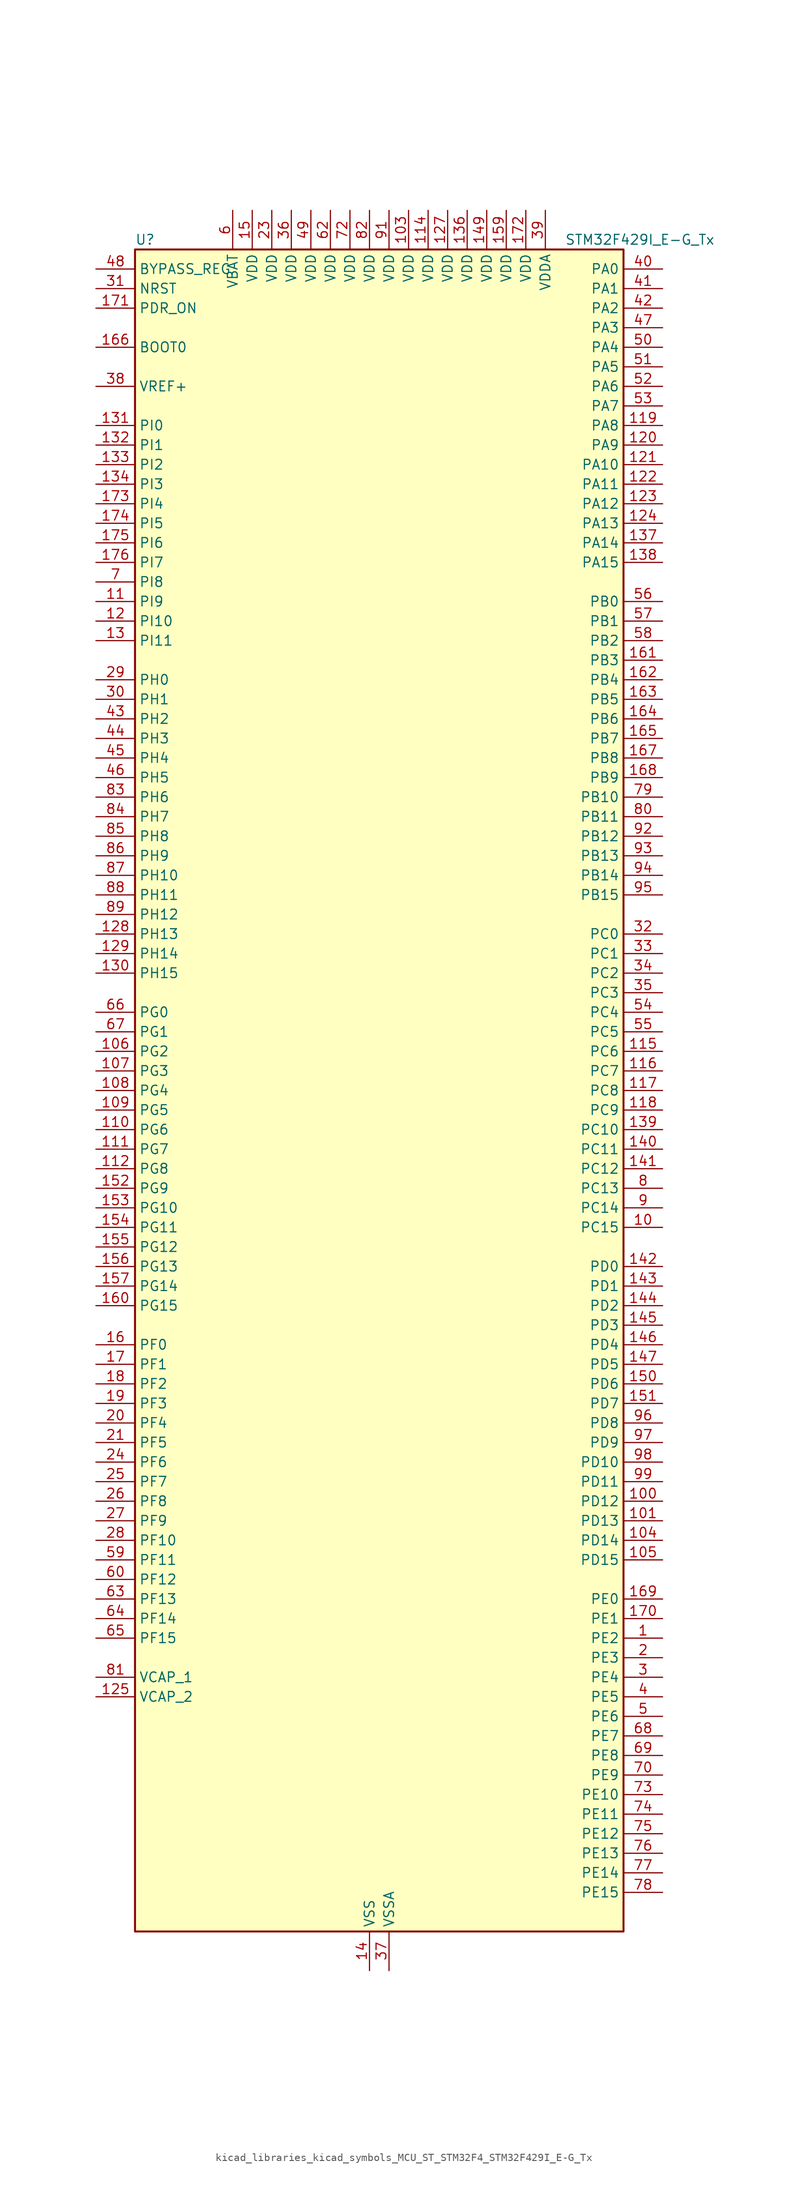
<source format=kicad_sym>
(kicad_symbol_lib
  (version 20220914)
  (generator kicad_symbol_editor)
  (symbol "kicad_libraries_kicad_symbols_MCU_ST_STM32F4_STM32F429I_E-G_Tx"
    (property "Reference" "U"
      (at -30.48 110.49 0)
      (effects (font (size 1.27 1.27)) (justify left)))
    (property "Value" "STM32F429I_E-G_Tx"
      (at 25.4 110.49 0)
      (effects (font (size 1.27 1.27)) (justify left)))
    (property "ki_locked" ""
      (at 0 0 0)
      (effects (font (size 1.27 1.27))))
    (symbol "kicad_libraries_kicad_symbols_MCU_ST_STM32F4_STM32F429I_E-G_Tx_0_1"
      (rectangle (start -30.48 -109.22) (end 33.02 109.22) (stroke (width 0.254) (type default)) (fill (type background))))
    (symbol "kicad_libraries_kicad_symbols_MCU_ST_STM32F4_STM32F429I_E-G_Tx_1_1"
      (pin bidirectional line (at 38.1 -71.12 180) (length 5.08) (name "PE2" (effects (font (size 1.27 1.27)))) (number "1" (effects (font (size 1.27 1.27)))) (alternate "ETH_TXD3" bidirectional line) (alternate "FMC_A23" bidirectional line) (alternate "SAI1_MCLK_A" bidirectional line) (alternate "SPI4_SCK" bidirectional line) (alternate "SYS_TRACECLK" bidirectional line))
      (pin bidirectional line (at 38.1 -17.78 180) (length 5.08) (name "PC15" (effects (font (size 1.27 1.27)))) (number "10" (effects (font (size 1.27 1.27)))) (alternate "ADC1_EXTI15" bidirectional line) (alternate "ADC2_EXTI15" bidirectional line) (alternate "ADC3_EXTI15" bidirectional line) (alternate "RCC_OSC32_OUT" bidirectional line))
      (pin bidirectional line (at 38.1 -53.34 180) (length 5.08) (name "PD12" (effects (font (size 1.27 1.27)))) (number "100" (effects (font (size 1.27 1.27)))) (alternate "FMC_A17" bidirectional line) (alternate "FMC_ALE" bidirectional line) (alternate "TIM4_CH1" bidirectional line) (alternate "USART3_RTS" bidirectional line))
      (pin bidirectional line (at 38.1 -55.88 180) (length 5.08) (name "PD13" (effects (font (size 1.27 1.27)))) (number "101" (effects (font (size 1.27 1.27)))) (alternate "FMC_A18" bidirectional line) (alternate "TIM4_CH2" bidirectional line))
      (pin passive line (at 0 -114.3 90) (length 5.08) hide (name "VSS" (effects (font (size 1.27 1.27)))) (number "102" (effects (font (size 1.27 1.27)))))
      (pin power_in line (at 5.08 114.3 270) (length 5.08) (name "VDD" (effects (font (size 1.27 1.27)))) (number "103" (effects (font (size 1.27 1.27)))))
      (pin bidirectional line (at 38.1 -58.42 180) (length 5.08) (name "PD14" (effects (font (size 1.27 1.27)))) (number "104" (effects (font (size 1.27 1.27)))) (alternate "FMC_D0" bidirectional line) (alternate "FMC_DA0" bidirectional line) (alternate "TIM4_CH3" bidirectional line))
      (pin bidirectional line (at 38.1 -60.96 180) (length 5.08) (name "PD15" (effects (font (size 1.27 1.27)))) (number "105" (effects (font (size 1.27 1.27)))) (alternate "ADC1_EXTI15" bidirectional line) (alternate "ADC2_EXTI15" bidirectional line) (alternate "ADC3_EXTI15" bidirectional line) (alternate "FMC_D1" bidirectional line) (alternate "FMC_DA1" bidirectional line) (alternate "TIM4_CH4" bidirectional line))
      (pin bidirectional line (at -35.56 5.08 0) (length 5.08) (name "PG2" (effects (font (size 1.27 1.27)))) (number "106" (effects (font (size 1.27 1.27)))) (alternate "FMC_A12" bidirectional line))
      (pin bidirectional line (at -35.56 2.54 0) (length 5.08) (name "PG3" (effects (font (size 1.27 1.27)))) (number "107" (effects (font (size 1.27 1.27)))) (alternate "FMC_A13" bidirectional line))
      (pin bidirectional line (at -35.56 0 0) (length 5.08) (name "PG4" (effects (font (size 1.27 1.27)))) (number "108" (effects (font (size 1.27 1.27)))) (alternate "FMC_A14" bidirectional line) (alternate "FMC_BA0" bidirectional line))
      (pin bidirectional line (at -35.56 -2.54 0) (length 5.08) (name "PG5" (effects (font (size 1.27 1.27)))) (number "109" (effects (font (size 1.27 1.27)))) (alternate "FMC_A15" bidirectional line) (alternate "FMC_BA1" bidirectional line))
      (pin bidirectional line (at -35.56 63.5 0) (length 5.08) (name "PI9" (effects (font (size 1.27 1.27)))) (number "11" (effects (font (size 1.27 1.27)))) (alternate "CAN1_RX" bidirectional line) (alternate "DAC_EXTI9" bidirectional line) (alternate "FMC_D30" bidirectional line) (alternate "LTDC_VSYNC" bidirectional line))
      (pin bidirectional line (at -35.56 -5.08 0) (length 5.08) (name "PG6" (effects (font (size 1.27 1.27)))) (number "110" (effects (font (size 1.27 1.27)))) (alternate "DCMI_D12" bidirectional line) (alternate "FMC_INT2" bidirectional line) (alternate "LTDC_R7" bidirectional line))
      (pin bidirectional line (at -35.56 -7.62 0) (length 5.08) (name "PG7" (effects (font (size 1.27 1.27)))) (number "111" (effects (font (size 1.27 1.27)))) (alternate "DCMI_D13" bidirectional line) (alternate "FMC_INT3" bidirectional line) (alternate "LTDC_CLK" bidirectional line) (alternate "USART6_CK" bidirectional line))
      (pin bidirectional line (at -35.56 -10.16 0) (length 5.08) (name "PG8" (effects (font (size 1.27 1.27)))) (number "112" (effects (font (size 1.27 1.27)))) (alternate "ETH_PPS_OUT" bidirectional line) (alternate "FMC_SDCLK" bidirectional line) (alternate "SPI6_NSS" bidirectional line) (alternate "USART6_RTS" bidirectional line))
      (pin passive line (at 0 -114.3 90) (length 5.08) hide (name "VSS" (effects (font (size 1.27 1.27)))) (number "113" (effects (font (size 1.27 1.27)))))
      (pin power_in line (at 7.62 114.3 270) (length 5.08) (name "VDD" (effects (font (size 1.27 1.27)))) (number "114" (effects (font (size 1.27 1.27)))))
      (pin bidirectional line (at 38.1 5.08 180) (length 5.08) (name "PC6" (effects (font (size 1.27 1.27)))) (number "115" (effects (font (size 1.27 1.27)))) (alternate "DCMI_D0" bidirectional line) (alternate "I2S2_MCK" bidirectional line) (alternate "LTDC_HSYNC" bidirectional line) (alternate "SDIO_D6" bidirectional line) (alternate "TIM3_CH1" bidirectional line) (alternate "TIM8_CH1" bidirectional line) (alternate "USART6_TX" bidirectional line))
      (pin bidirectional line (at 38.1 2.54 180) (length 5.08) (name "PC7" (effects (font (size 1.27 1.27)))) (number "116" (effects (font (size 1.27 1.27)))) (alternate "DCMI_D1" bidirectional line) (alternate "I2S3_MCK" bidirectional line) (alternate "LTDC_G6" bidirectional line) (alternate "SDIO_D7" bidirectional line) (alternate "TIM3_CH2" bidirectional line) (alternate "TIM8_CH2" bidirectional line) (alternate "USART6_RX" bidirectional line))
      (pin bidirectional line (at 38.1 0 180) (length 5.08) (name "PC8" (effects (font (size 1.27 1.27)))) (number "117" (effects (font (size 1.27 1.27)))) (alternate "DCMI_D2" bidirectional line) (alternate "SDIO_D0" bidirectional line) (alternate "TIM3_CH3" bidirectional line) (alternate "TIM8_CH3" bidirectional line) (alternate "USART6_CK" bidirectional line))
      (pin bidirectional line (at 38.1 -2.54 180) (length 5.08) (name "PC9" (effects (font (size 1.27 1.27)))) (number "118" (effects (font (size 1.27 1.27)))) (alternate "DAC_EXTI9" bidirectional line) (alternate "DCMI_D3" bidirectional line) (alternate "I2C3_SDA" bidirectional line) (alternate "I2S_CKIN" bidirectional line) (alternate "RCC_MCO_2" bidirectional line) (alternate "SDIO_D1" bidirectional line) (alternate "TIM3_CH4" bidirectional line) (alternate "TIM8_CH4" bidirectional line))
      (pin bidirectional line (at 38.1 86.36 180) (length 5.08) (name "PA8" (effects (font (size 1.27 1.27)))) (number "119" (effects (font (size 1.27 1.27)))) (alternate "I2C3_SCL" bidirectional line) (alternate "LTDC_R6" bidirectional line) (alternate "RCC_MCO_1" bidirectional line) (alternate "TIM1_CH1" bidirectional line) (alternate "USART1_CK" bidirectional line) (alternate "USB_OTG_FS_SOF" bidirectional line))
      (pin bidirectional line (at -35.56 60.96 0) (length 5.08) (name "PI10" (effects (font (size 1.27 1.27)))) (number "12" (effects (font (size 1.27 1.27)))) (alternate "ETH_RX_ER" bidirectional line) (alternate "FMC_D31" bidirectional line) (alternate "LTDC_HSYNC" bidirectional line))
      (pin bidirectional line (at 38.1 83.82 180) (length 5.08) (name "PA9" (effects (font (size 1.27 1.27)))) (number "120" (effects (font (size 1.27 1.27)))) (alternate "DAC_EXTI9" bidirectional line) (alternate "DCMI_D0" bidirectional line) (alternate "I2C3_SMBA" bidirectional line) (alternate "TIM1_CH2" bidirectional line) (alternate "USART1_TX" bidirectional line) (alternate "USB_OTG_FS_VBUS" bidirectional line))
      (pin bidirectional line (at 38.1 81.28 180) (length 5.08) (name "PA10" (effects (font (size 1.27 1.27)))) (number "121" (effects (font (size 1.27 1.27)))) (alternate "DCMI_D1" bidirectional line) (alternate "TIM1_CH3" bidirectional line) (alternate "USART1_RX" bidirectional line) (alternate "USB_OTG_FS_ID" bidirectional line))
      (pin bidirectional line (at 38.1 78.74 180) (length 5.08) (name "PA11" (effects (font (size 1.27 1.27)))) (number "122" (effects (font (size 1.27 1.27)))) (alternate "ADC1_EXTI11" bidirectional line) (alternate "ADC2_EXTI11" bidirectional line) (alternate "ADC3_EXTI11" bidirectional line) (alternate "CAN1_RX" bidirectional line) (alternate "LTDC_R4" bidirectional line) (alternate "TIM1_CH4" bidirectional line) (alternate "USART1_CTS" bidirectional line) (alternate "USB_OTG_FS_DM" bidirectional line))
      (pin bidirectional line (at 38.1 76.2 180) (length 5.08) (name "PA12" (effects (font (size 1.27 1.27)))) (number "123" (effects (font (size 1.27 1.27)))) (alternate "CAN1_TX" bidirectional line) (alternate "LTDC_R5" bidirectional line) (alternate "TIM1_ETR" bidirectional line) (alternate "USART1_RTS" bidirectional line) (alternate "USB_OTG_FS_DP" bidirectional line))
      (pin bidirectional line (at 38.1 73.66 180) (length 5.08) (name "PA13" (effects (font (size 1.27 1.27)))) (number "124" (effects (font (size 1.27 1.27)))) (alternate "SYS_JTMS-SWDIO" bidirectional line))
      (pin power_out line (at -35.56 -78.74 0) (length 5.08) (name "VCAP_2" (effects (font (size 1.27 1.27)))) (number "125" (effects (font (size 1.27 1.27)))))
      (pin passive line (at 0 -114.3 90) (length 5.08) hide (name "VSS" (effects (font (size 1.27 1.27)))) (number "126" (effects (font (size 1.27 1.27)))))
      (pin power_in line (at 10.16 114.3 270) (length 5.08) (name "VDD" (effects (font (size 1.27 1.27)))) (number "127" (effects (font (size 1.27 1.27)))))
      (pin bidirectional line (at -35.56 20.32 0) (length 5.08) (name "PH13" (effects (font (size 1.27 1.27)))) (number "128" (effects (font (size 1.27 1.27)))) (alternate "CAN1_TX" bidirectional line) (alternate "FMC_D21" bidirectional line) (alternate "LTDC_G2" bidirectional line) (alternate "TIM8_CH1N" bidirectional line))
      (pin bidirectional line (at -35.56 17.78 0) (length 5.08) (name "PH14" (effects (font (size 1.27 1.27)))) (number "129" (effects (font (size 1.27 1.27)))) (alternate "DCMI_D4" bidirectional line) (alternate "FMC_D22" bidirectional line) (alternate "LTDC_G3" bidirectional line) (alternate "TIM8_CH2N" bidirectional line))
      (pin bidirectional line (at -35.56 58.42 0) (length 5.08) (name "PI11" (effects (font (size 1.27 1.27)))) (number "13" (effects (font (size 1.27 1.27)))) (alternate "ADC1_EXTI11" bidirectional line) (alternate "ADC2_EXTI11" bidirectional line) (alternate "ADC3_EXTI11" bidirectional line) (alternate "USB_OTG_HS_ULPI_DIR" bidirectional line))
      (pin bidirectional line (at -35.56 15.24 0) (length 5.08) (name "PH15" (effects (font (size 1.27 1.27)))) (number "130" (effects (font (size 1.27 1.27)))) (alternate "ADC1_EXTI15" bidirectional line) (alternate "ADC2_EXTI15" bidirectional line) (alternate "ADC3_EXTI15" bidirectional line) (alternate "DCMI_D11" bidirectional line) (alternate "FMC_D23" bidirectional line) (alternate "LTDC_G4" bidirectional line) (alternate "TIM8_CH3N" bidirectional line))
      (pin bidirectional line (at -35.56 86.36 0) (length 5.08) (name "PI0" (effects (font (size 1.27 1.27)))) (number "131" (effects (font (size 1.27 1.27)))) (alternate "DCMI_D13" bidirectional line) (alternate "FMC_D24" bidirectional line) (alternate "I2S2_WS" bidirectional line) (alternate "LTDC_G5" bidirectional line) (alternate "SPI2_NSS" bidirectional line) (alternate "TIM5_CH4" bidirectional line))
      (pin bidirectional line (at -35.56 83.82 0) (length 5.08) (name "PI1" (effects (font (size 1.27 1.27)))) (number "132" (effects (font (size 1.27 1.27)))) (alternate "DCMI_D8" bidirectional line) (alternate "FMC_D25" bidirectional line) (alternate "I2S2_CK" bidirectional line) (alternate "LTDC_G6" bidirectional line) (alternate "SPI2_SCK" bidirectional line))
      (pin bidirectional line (at -35.56 81.28 0) (length 5.08) (name "PI2" (effects (font (size 1.27 1.27)))) (number "133" (effects (font (size 1.27 1.27)))) (alternate "DCMI_D9" bidirectional line) (alternate "FMC_D26" bidirectional line) (alternate "I2S2_ext_SD" bidirectional line) (alternate "LTDC_G7" bidirectional line) (alternate "SPI2_MISO" bidirectional line) (alternate "TIM8_CH4" bidirectional line))
      (pin bidirectional line (at -35.56 78.74 0) (length 5.08) (name "PI3" (effects (font (size 1.27 1.27)))) (number "134" (effects (font (size 1.27 1.27)))) (alternate "DCMI_D10" bidirectional line) (alternate "FMC_D27" bidirectional line) (alternate "I2S2_SD" bidirectional line) (alternate "SPI2_MOSI" bidirectional line) (alternate "TIM8_ETR" bidirectional line))
      (pin passive line (at 0 -114.3 90) (length 5.08) hide (name "VSS" (effects (font (size 1.27 1.27)))) (number "135" (effects (font (size 1.27 1.27)))))
      (pin power_in line (at 12.7 114.3 270) (length 5.08) (name "VDD" (effects (font (size 1.27 1.27)))) (number "136" (effects (font (size 1.27 1.27)))))
      (pin bidirectional line (at 38.1 71.12 180) (length 5.08) (name "PA14" (effects (font (size 1.27 1.27)))) (number "137" (effects (font (size 1.27 1.27)))) (alternate "SYS_JTCK-SWCLK" bidirectional line))
      (pin bidirectional line (at 38.1 68.58 180) (length 5.08) (name "PA15" (effects (font (size 1.27 1.27)))) (number "138" (effects (font (size 1.27 1.27)))) (alternate "ADC1_EXTI15" bidirectional line) (alternate "ADC2_EXTI15" bidirectional line) (alternate "ADC3_EXTI15" bidirectional line) (alternate "I2S3_WS" bidirectional line) (alternate "SPI1_NSS" bidirectional line) (alternate "SPI3_NSS" bidirectional line) (alternate "SYS_JTDI" bidirectional line) (alternate "TIM2_CH1" bidirectional line) (alternate "TIM2_ETR" bidirectional line))
      (pin bidirectional line (at 38.1 -5.08 180) (length 5.08) (name "PC10" (effects (font (size 1.27 1.27)))) (number "139" (effects (font (size 1.27 1.27)))) (alternate "DCMI_D8" bidirectional line) (alternate "I2S3_CK" bidirectional line) (alternate "LTDC_R2" bidirectional line) (alternate "SDIO_D2" bidirectional line) (alternate "SPI3_SCK" bidirectional line) (alternate "UART4_TX" bidirectional line) (alternate "USART3_TX" bidirectional line))
      (pin power_in line (at 0 -114.3 90) (length 5.08) (name "VSS" (effects (font (size 1.27 1.27)))) (number "14" (effects (font (size 1.27 1.27)))))
      (pin bidirectional line (at 38.1 -7.62 180) (length 5.08) (name "PC11" (effects (font (size 1.27 1.27)))) (number "140" (effects (font (size 1.27 1.27)))) (alternate "ADC1_EXTI11" bidirectional line) (alternate "ADC2_EXTI11" bidirectional line) (alternate "ADC3_EXTI11" bidirectional line) (alternate "DCMI_D4" bidirectional line) (alternate "I2S3_ext_SD" bidirectional line) (alternate "SDIO_D3" bidirectional line) (alternate "SPI3_MISO" bidirectional line) (alternate "UART4_RX" bidirectional line) (alternate "USART3_RX" bidirectional line))
      (pin bidirectional line (at 38.1 -10.16 180) (length 5.08) (name "PC12" (effects (font (size 1.27 1.27)))) (number "141" (effects (font (size 1.27 1.27)))) (alternate "DCMI_D9" bidirectional line) (alternate "I2S3_SD" bidirectional line) (alternate "SDIO_CK" bidirectional line) (alternate "SPI3_MOSI" bidirectional line) (alternate "UART5_TX" bidirectional line) (alternate "USART3_CK" bidirectional line))
      (pin bidirectional line (at 38.1 -22.86 180) (length 5.08) (name "PD0" (effects (font (size 1.27 1.27)))) (number "142" (effects (font (size 1.27 1.27)))) (alternate "CAN1_RX" bidirectional line) (alternate "FMC_D2" bidirectional line) (alternate "FMC_DA2" bidirectional line))
      (pin bidirectional line (at 38.1 -25.4 180) (length 5.08) (name "PD1" (effects (font (size 1.27 1.27)))) (number "143" (effects (font (size 1.27 1.27)))) (alternate "CAN1_TX" bidirectional line) (alternate "FMC_D3" bidirectional line) (alternate "FMC_DA3" bidirectional line))
      (pin bidirectional line (at 38.1 -27.94 180) (length 5.08) (name "PD2" (effects (font (size 1.27 1.27)))) (number "144" (effects (font (size 1.27 1.27)))) (alternate "DCMI_D11" bidirectional line) (alternate "SDIO_CMD" bidirectional line) (alternate "TIM3_ETR" bidirectional line) (alternate "UART5_RX" bidirectional line))
      (pin bidirectional line (at 38.1 -30.48 180) (length 5.08) (name "PD3" (effects (font (size 1.27 1.27)))) (number "145" (effects (font (size 1.27 1.27)))) (alternate "DCMI_D5" bidirectional line) (alternate "FMC_CLK" bidirectional line) (alternate "I2S2_CK" bidirectional line) (alternate "LTDC_G7" bidirectional line) (alternate "SPI2_SCK" bidirectional line) (alternate "USART2_CTS" bidirectional line))
      (pin bidirectional line (at 38.1 -33.02 180) (length 5.08) (name "PD4" (effects (font (size 1.27 1.27)))) (number "146" (effects (font (size 1.27 1.27)))) (alternate "FMC_NOE" bidirectional line) (alternate "USART2_RTS" bidirectional line))
      (pin bidirectional line (at 38.1 -35.56 180) (length 5.08) (name "PD5" (effects (font (size 1.27 1.27)))) (number "147" (effects (font (size 1.27 1.27)))) (alternate "FMC_NWE" bidirectional line) (alternate "USART2_TX" bidirectional line))
      (pin passive line (at 0 -114.3 90) (length 5.08) hide (name "VSS" (effects (font (size 1.27 1.27)))) (number "148" (effects (font (size 1.27 1.27)))))
      (pin power_in line (at 15.24 114.3 270) (length 5.08) (name "VDD" (effects (font (size 1.27 1.27)))) (number "149" (effects (font (size 1.27 1.27)))))
      (pin power_in line (at -15.24 114.3 270) (length 5.08) (name "VDD" (effects (font (size 1.27 1.27)))) (number "15" (effects (font (size 1.27 1.27)))))
      (pin bidirectional line (at 38.1 -38.1 180) (length 5.08) (name "PD6" (effects (font (size 1.27 1.27)))) (number "150" (effects (font (size 1.27 1.27)))) (alternate "DCMI_D10" bidirectional line) (alternate "FMC_NWAIT" bidirectional line) (alternate "I2S3_SD" bidirectional line) (alternate "LTDC_B2" bidirectional line) (alternate "SAI1_SD_A" bidirectional line) (alternate "SPI3_MOSI" bidirectional line) (alternate "USART2_RX" bidirectional line))
      (pin bidirectional line (at 38.1 -40.64 180) (length 5.08) (name "PD7" (effects (font (size 1.27 1.27)))) (number "151" (effects (font (size 1.27 1.27)))) (alternate "FMC_NCE2" bidirectional line) (alternate "FMC_NE1" bidirectional line) (alternate "USART2_CK" bidirectional line))
      (pin bidirectional line (at -35.56 -12.7 0) (length 5.08) (name "PG9" (effects (font (size 1.27 1.27)))) (number "152" (effects (font (size 1.27 1.27)))) (alternate "DAC_EXTI9" bidirectional line) (alternate "DCMI_VSYNC" bidirectional line) (alternate "FMC_NCE3" bidirectional line) (alternate "FMC_NE2" bidirectional line) (alternate "USART6_RX" bidirectional line))
      (pin bidirectional line (at -35.56 -15.24 0) (length 5.08) (name "PG10" (effects (font (size 1.27 1.27)))) (number "153" (effects (font (size 1.27 1.27)))) (alternate "DCMI_D2" bidirectional line) (alternate "FMC_NCE4_1" bidirectional line) (alternate "FMC_NE3" bidirectional line) (alternate "LTDC_B2" bidirectional line) (alternate "LTDC_G3" bidirectional line))
      (pin bidirectional line (at -35.56 -17.78 0) (length 5.08) (name "PG11" (effects (font (size 1.27 1.27)))) (number "154" (effects (font (size 1.27 1.27)))) (alternate "ADC1_EXTI11" bidirectional line) (alternate "ADC2_EXTI11" bidirectional line) (alternate "ADC3_EXTI11" bidirectional line) (alternate "DCMI_D3" bidirectional line) (alternate "ETH_TX_EN" bidirectional line) (alternate "FMC_NCE4_2" bidirectional line) (alternate "LTDC_B3" bidirectional line))
      (pin bidirectional line (at -35.56 -20.32 0) (length 5.08) (name "PG12" (effects (font (size 1.27 1.27)))) (number "155" (effects (font (size 1.27 1.27)))) (alternate "FMC_NE4" bidirectional line) (alternate "LTDC_B1" bidirectional line) (alternate "LTDC_B4" bidirectional line) (alternate "SPI6_MISO" bidirectional line) (alternate "USART6_RTS" bidirectional line))
      (pin bidirectional line (at -35.56 -22.86 0) (length 5.08) (name "PG13" (effects (font (size 1.27 1.27)))) (number "156" (effects (font (size 1.27 1.27)))) (alternate "ETH_TXD0" bidirectional line) (alternate "FMC_A24" bidirectional line) (alternate "SPI6_SCK" bidirectional line) (alternate "USART6_CTS" bidirectional line))
      (pin bidirectional line (at -35.56 -25.4 0) (length 5.08) (name "PG14" (effects (font (size 1.27 1.27)))) (number "157" (effects (font (size 1.27 1.27)))) (alternate "ETH_TXD1" bidirectional line) (alternate "FMC_A25" bidirectional line) (alternate "SPI6_MOSI" bidirectional line) (alternate "USART6_TX" bidirectional line))
      (pin passive line (at 0 -114.3 90) (length 5.08) hide (name "VSS" (effects (font (size 1.27 1.27)))) (number "158" (effects (font (size 1.27 1.27)))))
      (pin power_in line (at 17.78 114.3 270) (length 5.08) (name "VDD" (effects (font (size 1.27 1.27)))) (number "159" (effects (font (size 1.27 1.27)))))
      (pin bidirectional line (at -35.56 -33.02 0) (length 5.08) (name "PF0" (effects (font (size 1.27 1.27)))) (number "16" (effects (font (size 1.27 1.27)))) (alternate "FMC_A0" bidirectional line) (alternate "I2C2_SDA" bidirectional line))
      (pin bidirectional line (at -35.56 -27.94 0) (length 5.08) (name "PG15" (effects (font (size 1.27 1.27)))) (number "160" (effects (font (size 1.27 1.27)))) (alternate "ADC1_EXTI15" bidirectional line) (alternate "ADC2_EXTI15" bidirectional line) (alternate "ADC3_EXTI15" bidirectional line) (alternate "DCMI_D13" bidirectional line) (alternate "FMC_SDNCAS" bidirectional line) (alternate "USART6_CTS" bidirectional line))
      (pin bidirectional line (at 38.1 55.88 180) (length 5.08) (name "PB3" (effects (font (size 1.27 1.27)))) (number "161" (effects (font (size 1.27 1.27)))) (alternate "I2S3_CK" bidirectional line) (alternate "SPI1_SCK" bidirectional line) (alternate "SPI3_SCK" bidirectional line) (alternate "SYS_JTDO-SWO" bidirectional line) (alternate "TIM2_CH2" bidirectional line))
      (pin bidirectional line (at 38.1 53.34 180) (length 5.08) (name "PB4" (effects (font (size 1.27 1.27)))) (number "162" (effects (font (size 1.27 1.27)))) (alternate "I2S3_ext_SD" bidirectional line) (alternate "SPI1_MISO" bidirectional line) (alternate "SPI3_MISO" bidirectional line) (alternate "SYS_JTRST" bidirectional line) (alternate "TIM3_CH1" bidirectional line))
      (pin bidirectional line (at 38.1 50.8 180) (length 5.08) (name "PB5" (effects (font (size 1.27 1.27)))) (number "163" (effects (font (size 1.27 1.27)))) (alternate "CAN2_RX" bidirectional line) (alternate "DCMI_D10" bidirectional line) (alternate "ETH_PPS_OUT" bidirectional line) (alternate "FMC_SDCKE1" bidirectional line) (alternate "I2C1_SMBA" bidirectional line) (alternate "I2S3_SD" bidirectional line) (alternate "SPI1_MOSI" bidirectional line) (alternate "SPI3_MOSI" bidirectional line) (alternate "TIM3_CH2" bidirectional line) (alternate "USB_OTG_HS_ULPI_D7" bidirectional line))
      (pin bidirectional line (at 38.1 48.26 180) (length 5.08) (name "PB6" (effects (font (size 1.27 1.27)))) (number "164" (effects (font (size 1.27 1.27)))) (alternate "CAN2_TX" bidirectional line) (alternate "DCMI_D5" bidirectional line) (alternate "FMC_SDNE1" bidirectional line) (alternate "I2C1_SCL" bidirectional line) (alternate "TIM4_CH1" bidirectional line) (alternate "USART1_TX" bidirectional line))
      (pin bidirectional line (at 38.1 45.72 180) (length 5.08) (name "PB7" (effects (font (size 1.27 1.27)))) (number "165" (effects (font (size 1.27 1.27)))) (alternate "DCMI_VSYNC" bidirectional line) (alternate "FMC_NL" bidirectional line) (alternate "I2C1_SDA" bidirectional line) (alternate "TIM4_CH2" bidirectional line) (alternate "USART1_RX" bidirectional line))
      (pin input line (at -35.56 96.52 0) (length 5.08) (name "BOOT0" (effects (font (size 1.27 1.27)))) (number "166" (effects (font (size 1.27 1.27)))))
      (pin bidirectional line (at 38.1 43.18 180) (length 5.08) (name "PB8" (effects (font (size 1.27 1.27)))) (number "167" (effects (font (size 1.27 1.27)))) (alternate "CAN1_RX" bidirectional line) (alternate "DCMI_D6" bidirectional line) (alternate "ETH_TXD3" bidirectional line) (alternate "I2C1_SCL" bidirectional line) (alternate "LTDC_B6" bidirectional line) (alternate "SDIO_D4" bidirectional line) (alternate "TIM10_CH1" bidirectional line) (alternate "TIM4_CH3" bidirectional line))
      (pin bidirectional line (at 38.1 40.64 180) (length 5.08) (name "PB9" (effects (font (size 1.27 1.27)))) (number "168" (effects (font (size 1.27 1.27)))) (alternate "CAN1_TX" bidirectional line) (alternate "DAC_EXTI9" bidirectional line) (alternate "DCMI_D7" bidirectional line) (alternate "I2C1_SDA" bidirectional line) (alternate "I2S2_WS" bidirectional line) (alternate "LTDC_B7" bidirectional line) (alternate "SDIO_D5" bidirectional line) (alternate "SPI2_NSS" bidirectional line) (alternate "TIM11_CH1" bidirectional line) (alternate "TIM4_CH4" bidirectional line))
      (pin bidirectional line (at 38.1 -66.04 180) (length 5.08) (name "PE0" (effects (font (size 1.27 1.27)))) (number "169" (effects (font (size 1.27 1.27)))) (alternate "DCMI_D2" bidirectional line) (alternate "FMC_NBL0" bidirectional line) (alternate "TIM4_ETR" bidirectional line) (alternate "UART8_RX" bidirectional line))
      (pin bidirectional line (at -35.56 -35.56 0) (length 5.08) (name "PF1" (effects (font (size 1.27 1.27)))) (number "17" (effects (font (size 1.27 1.27)))) (alternate "FMC_A1" bidirectional line) (alternate "I2C2_SCL" bidirectional line))
      (pin bidirectional line (at 38.1 -68.58 180) (length 5.08) (name "PE1" (effects (font (size 1.27 1.27)))) (number "170" (effects (font (size 1.27 1.27)))) (alternate "DCMI_D3" bidirectional line) (alternate "FMC_NBL1" bidirectional line) (alternate "UART8_TX" bidirectional line))
      (pin input line (at -35.56 101.6 0) (length 5.08) (name "PDR_ON" (effects (font (size 1.27 1.27)))) (number "171" (effects (font (size 1.27 1.27)))))
      (pin power_in line (at 20.32 114.3 270) (length 5.08) (name "VDD" (effects (font (size 1.27 1.27)))) (number "172" (effects (font (size 1.27 1.27)))))
      (pin bidirectional line (at -35.56 76.2 0) (length 5.08) (name "PI4" (effects (font (size 1.27 1.27)))) (number "173" (effects (font (size 1.27 1.27)))) (alternate "DCMI_D5" bidirectional line) (alternate "FMC_NBL2" bidirectional line) (alternate "LTDC_B4" bidirectional line) (alternate "TIM8_BKIN" bidirectional line))
      (pin bidirectional line (at -35.56 73.66 0) (length 5.08) (name "PI5" (effects (font (size 1.27 1.27)))) (number "174" (effects (font (size 1.27 1.27)))) (alternate "DCMI_VSYNC" bidirectional line) (alternate "FMC_NBL3" bidirectional line) (alternate "LTDC_B5" bidirectional line) (alternate "TIM8_CH1" bidirectional line))
      (pin bidirectional line (at -35.56 71.12 0) (length 5.08) (name "PI6" (effects (font (size 1.27 1.27)))) (number "175" (effects (font (size 1.27 1.27)))) (alternate "DCMI_D6" bidirectional line) (alternate "FMC_D28" bidirectional line) (alternate "LTDC_B6" bidirectional line) (alternate "TIM8_CH2" bidirectional line))
      (pin bidirectional line (at -35.56 68.58 0) (length 5.08) (name "PI7" (effects (font (size 1.27 1.27)))) (number "176" (effects (font (size 1.27 1.27)))) (alternate "DCMI_D7" bidirectional line) (alternate "FMC_D29" bidirectional line) (alternate "LTDC_B7" bidirectional line) (alternate "TIM8_CH3" bidirectional line))
      (pin bidirectional line (at -35.56 -38.1 0) (length 5.08) (name "PF2" (effects (font (size 1.27 1.27)))) (number "18" (effects (font (size 1.27 1.27)))) (alternate "FMC_A2" bidirectional line) (alternate "I2C2_SMBA" bidirectional line))
      (pin bidirectional line (at -35.56 -40.64 0) (length 5.08) (name "PF3" (effects (font (size 1.27 1.27)))) (number "19" (effects (font (size 1.27 1.27)))) (alternate "ADC3_IN9" bidirectional line) (alternate "FMC_A3" bidirectional line))
      (pin bidirectional line (at 38.1 -73.66 180) (length 5.08) (name "PE3" (effects (font (size 1.27 1.27)))) (number "2" (effects (font (size 1.27 1.27)))) (alternate "FMC_A19" bidirectional line) (alternate "SAI1_SD_B" bidirectional line) (alternate "SYS_TRACED0" bidirectional line))
      (pin bidirectional line (at -35.56 -43.18 0) (length 5.08) (name "PF4" (effects (font (size 1.27 1.27)))) (number "20" (effects (font (size 1.27 1.27)))) (alternate "ADC3_IN14" bidirectional line) (alternate "FMC_A4" bidirectional line))
      (pin bidirectional line (at -35.56 -45.72 0) (length 5.08) (name "PF5" (effects (font (size 1.27 1.27)))) (number "21" (effects (font (size 1.27 1.27)))) (alternate "ADC3_IN15" bidirectional line) (alternate "FMC_A5" bidirectional line))
      (pin passive line (at 0 -114.3 90) (length 5.08) hide (name "VSS" (effects (font (size 1.27 1.27)))) (number "22" (effects (font (size 1.27 1.27)))))
      (pin power_in line (at -12.7 114.3 270) (length 5.08) (name "VDD" (effects (font (size 1.27 1.27)))) (number "23" (effects (font (size 1.27 1.27)))))
      (pin bidirectional line (at -35.56 -48.26 0) (length 5.08) (name "PF6" (effects (font (size 1.27 1.27)))) (number "24" (effects (font (size 1.27 1.27)))) (alternate "ADC3_IN4" bidirectional line) (alternate "FMC_NIORD" bidirectional line) (alternate "SAI1_SD_B" bidirectional line) (alternate "SPI5_NSS" bidirectional line) (alternate "TIM10_CH1" bidirectional line) (alternate "UART7_RX" bidirectional line))
      (pin bidirectional line (at -35.56 -50.8 0) (length 5.08) (name "PF7" (effects (font (size 1.27 1.27)))) (number "25" (effects (font (size 1.27 1.27)))) (alternate "ADC3_IN5" bidirectional line) (alternate "FMC_NREG" bidirectional line) (alternate "SAI1_MCLK_B" bidirectional line) (alternate "SPI5_SCK" bidirectional line) (alternate "TIM11_CH1" bidirectional line) (alternate "UART7_TX" bidirectional line))
      (pin bidirectional line (at -35.56 -53.34 0) (length 5.08) (name "PF8" (effects (font (size 1.27 1.27)))) (number "26" (effects (font (size 1.27 1.27)))) (alternate "ADC3_IN6" bidirectional line) (alternate "FMC_NIOWR" bidirectional line) (alternate "SAI1_SCK_B" bidirectional line) (alternate "SPI5_MISO" bidirectional line) (alternate "TIM13_CH1" bidirectional line))
      (pin bidirectional line (at -35.56 -55.88 0) (length 5.08) (name "PF9" (effects (font (size 1.27 1.27)))) (number "27" (effects (font (size 1.27 1.27)))) (alternate "ADC3_IN7" bidirectional line) (alternate "DAC_EXTI9" bidirectional line) (alternate "FMC_CD" bidirectional line) (alternate "SAI1_FS_B" bidirectional line) (alternate "SPI5_MOSI" bidirectional line) (alternate "TIM14_CH1" bidirectional line))
      (pin bidirectional line (at -35.56 -58.42 0) (length 5.08) (name "PF10" (effects (font (size 1.27 1.27)))) (number "28" (effects (font (size 1.27 1.27)))) (alternate "ADC3_IN8" bidirectional line) (alternate "DCMI_D11" bidirectional line) (alternate "FMC_INTR" bidirectional line) (alternate "LTDC_DE" bidirectional line))
      (pin bidirectional line (at -35.56 53.34 0) (length 5.08) (name "PH0" (effects (font (size 1.27 1.27)))) (number "29" (effects (font (size 1.27 1.27)))) (alternate "RCC_OSC_IN" bidirectional line))
      (pin bidirectional line (at 38.1 -76.2 180) (length 5.08) (name "PE4" (effects (font (size 1.27 1.27)))) (number "3" (effects (font (size 1.27 1.27)))) (alternate "DCMI_D4" bidirectional line) (alternate "FMC_A20" bidirectional line) (alternate "LTDC_B0" bidirectional line) (alternate "SAI1_FS_A" bidirectional line) (alternate "SPI4_NSS" bidirectional line) (alternate "SYS_TRACED1" bidirectional line))
      (pin bidirectional line (at -35.56 50.8 0) (length 5.08) (name "PH1" (effects (font (size 1.27 1.27)))) (number "30" (effects (font (size 1.27 1.27)))) (alternate "RCC_OSC_OUT" bidirectional line))
      (pin input line (at -35.56 104.14 0) (length 5.08) (name "NRST" (effects (font (size 1.27 1.27)))) (number "31" (effects (font (size 1.27 1.27)))))
      (pin bidirectional line (at 38.1 20.32 180) (length 5.08) (name "PC0" (effects (font (size 1.27 1.27)))) (number "32" (effects (font (size 1.27 1.27)))) (alternate "ADC1_IN10" bidirectional line) (alternate "ADC2_IN10" bidirectional line) (alternate "ADC3_IN10" bidirectional line) (alternate "FMC_SDNWE" bidirectional line) (alternate "USB_OTG_HS_ULPI_STP" bidirectional line))
      (pin bidirectional line (at 38.1 17.78 180) (length 5.08) (name "PC1" (effects (font (size 1.27 1.27)))) (number "33" (effects (font (size 1.27 1.27)))) (alternate "ADC1_IN11" bidirectional line) (alternate "ADC2_IN11" bidirectional line) (alternate "ADC3_IN11" bidirectional line) (alternate "ETH_MDC" bidirectional line))
      (pin bidirectional line (at 38.1 15.24 180) (length 5.08) (name "PC2" (effects (font (size 1.27 1.27)))) (number "34" (effects (font (size 1.27 1.27)))) (alternate "ADC1_IN12" bidirectional line) (alternate "ADC2_IN12" bidirectional line) (alternate "ADC3_IN12" bidirectional line) (alternate "ETH_TXD2" bidirectional line) (alternate "FMC_SDNE0" bidirectional line) (alternate "I2S2_ext_SD" bidirectional line) (alternate "SPI2_MISO" bidirectional line) (alternate "USB_OTG_HS_ULPI_DIR" bidirectional line))
      (pin bidirectional line (at 38.1 12.7 180) (length 5.08) (name "PC3" (effects (font (size 1.27 1.27)))) (number "35" (effects (font (size 1.27 1.27)))) (alternate "ADC1_IN13" bidirectional line) (alternate "ADC2_IN13" bidirectional line) (alternate "ADC3_IN13" bidirectional line) (alternate "ETH_TX_CLK" bidirectional line) (alternate "FMC_SDCKE0" bidirectional line) (alternate "I2S2_SD" bidirectional line) (alternate "SPI2_MOSI" bidirectional line) (alternate "USB_OTG_HS_ULPI_NXT" bidirectional line))
      (pin power_in line (at -10.16 114.3 270) (length 5.08) (name "VDD" (effects (font (size 1.27 1.27)))) (number "36" (effects (font (size 1.27 1.27)))))
      (pin power_in line (at 2.54 -114.3 90) (length 5.08) (name "VSSA" (effects (font (size 1.27 1.27)))) (number "37" (effects (font (size 1.27 1.27)))))
      (pin input line (at -35.56 91.44 0) (length 5.08) (name "VREF+" (effects (font (size 1.27 1.27)))) (number "38" (effects (font (size 1.27 1.27)))))
      (pin power_in line (at 22.86 114.3 270) (length 5.08) (name "VDDA" (effects (font (size 1.27 1.27)))) (number "39" (effects (font (size 1.27 1.27)))))
      (pin bidirectional line (at 38.1 -78.74 180) (length 5.08) (name "PE5" (effects (font (size 1.27 1.27)))) (number "4" (effects (font (size 1.27 1.27)))) (alternate "DCMI_D6" bidirectional line) (alternate "FMC_A21" bidirectional line) (alternate "LTDC_G0" bidirectional line) (alternate "SAI1_SCK_A" bidirectional line) (alternate "SPI4_MISO" bidirectional line) (alternate "SYS_TRACED2" bidirectional line) (alternate "TIM9_CH1" bidirectional line))
      (pin bidirectional line (at 38.1 106.68 180) (length 5.08) (name "PA0" (effects (font (size 1.27 1.27)))) (number "40" (effects (font (size 1.27 1.27)))) (alternate "ADC1_IN0" bidirectional line) (alternate "ADC2_IN0" bidirectional line) (alternate "ADC3_IN0" bidirectional line) (alternate "ETH_CRS" bidirectional line) (alternate "SYS_WKUP" bidirectional line) (alternate "TIM2_CH1" bidirectional line) (alternate "TIM2_ETR" bidirectional line) (alternate "TIM5_CH1" bidirectional line) (alternate "TIM8_ETR" bidirectional line) (alternate "UART4_TX" bidirectional line) (alternate "USART2_CTS" bidirectional line))
      (pin bidirectional line (at 38.1 104.14 180) (length 5.08) (name "PA1" (effects (font (size 1.27 1.27)))) (number "41" (effects (font (size 1.27 1.27)))) (alternate "ADC1_IN1" bidirectional line) (alternate "ADC2_IN1" bidirectional line) (alternate "ADC3_IN1" bidirectional line) (alternate "ETH_REF_CLK" bidirectional line) (alternate "ETH_RX_CLK" bidirectional line) (alternate "TIM2_CH2" bidirectional line) (alternate "TIM5_CH2" bidirectional line) (alternate "UART4_RX" bidirectional line) (alternate "USART2_RTS" bidirectional line))
      (pin bidirectional line (at 38.1 101.6 180) (length 5.08) (name "PA2" (effects (font (size 1.27 1.27)))) (number "42" (effects (font (size 1.27 1.27)))) (alternate "ADC1_IN2" bidirectional line) (alternate "ADC2_IN2" bidirectional line) (alternate "ADC3_IN2" bidirectional line) (alternate "ETH_MDIO" bidirectional line) (alternate "TIM2_CH3" bidirectional line) (alternate "TIM5_CH3" bidirectional line) (alternate "TIM9_CH1" bidirectional line) (alternate "USART2_TX" bidirectional line))
      (pin bidirectional line (at -35.56 48.26 0) (length 5.08) (name "PH2" (effects (font (size 1.27 1.27)))) (number "43" (effects (font (size 1.27 1.27)))) (alternate "ETH_CRS" bidirectional line) (alternate "FMC_SDCKE0" bidirectional line) (alternate "LTDC_R0" bidirectional line))
      (pin bidirectional line (at -35.56 45.72 0) (length 5.08) (name "PH3" (effects (font (size 1.27 1.27)))) (number "44" (effects (font (size 1.27 1.27)))) (alternate "ETH_COL" bidirectional line) (alternate "FMC_SDNE0" bidirectional line) (alternate "LTDC_R1" bidirectional line))
      (pin bidirectional line (at -35.56 43.18 0) (length 5.08) (name "PH4" (effects (font (size 1.27 1.27)))) (number "45" (effects (font (size 1.27 1.27)))) (alternate "I2C2_SCL" bidirectional line) (alternate "USB_OTG_HS_ULPI_NXT" bidirectional line))
      (pin bidirectional line (at -35.56 40.64 0) (length 5.08) (name "PH5" (effects (font (size 1.27 1.27)))) (number "46" (effects (font (size 1.27 1.27)))) (alternate "FMC_SDNWE" bidirectional line) (alternate "I2C2_SDA" bidirectional line) (alternate "SPI5_NSS" bidirectional line))
      (pin bidirectional line (at 38.1 99.06 180) (length 5.08) (name "PA3" (effects (font (size 1.27 1.27)))) (number "47" (effects (font (size 1.27 1.27)))) (alternate "ADC1_IN3" bidirectional line) (alternate "ADC2_IN3" bidirectional line) (alternate "ADC3_IN3" bidirectional line) (alternate "ETH_COL" bidirectional line) (alternate "LTDC_B5" bidirectional line) (alternate "TIM2_CH4" bidirectional line) (alternate "TIM5_CH4" bidirectional line) (alternate "TIM9_CH2" bidirectional line) (alternate "USART2_RX" bidirectional line) (alternate "USB_OTG_HS_ULPI_D0" bidirectional line))
      (pin input line (at -35.56 106.68 0) (length 5.08) (name "BYPASS_REG" (effects (font (size 1.27 1.27)))) (number "48" (effects (font (size 1.27 1.27)))))
      (pin power_in line (at -7.62 114.3 270) (length 5.08) (name "VDD" (effects (font (size 1.27 1.27)))) (number "49" (effects (font (size 1.27 1.27)))))
      (pin bidirectional line (at 38.1 -81.28 180) (length 5.08) (name "PE6" (effects (font (size 1.27 1.27)))) (number "5" (effects (font (size 1.27 1.27)))) (alternate "DCMI_D7" bidirectional line) (alternate "FMC_A22" bidirectional line) (alternate "LTDC_G1" bidirectional line) (alternate "SAI1_SD_A" bidirectional line) (alternate "SPI4_MOSI" bidirectional line) (alternate "SYS_TRACED3" bidirectional line) (alternate "TIM9_CH2" bidirectional line))
      (pin bidirectional line (at 38.1 96.52 180) (length 5.08) (name "PA4" (effects (font (size 1.27 1.27)))) (number "50" (effects (font (size 1.27 1.27)))) (alternate "ADC1_IN4" bidirectional line) (alternate "ADC2_IN4" bidirectional line) (alternate "DAC_OUT1" bidirectional line) (alternate "DCMI_HSYNC" bidirectional line) (alternate "I2S3_WS" bidirectional line) (alternate "LTDC_VSYNC" bidirectional line) (alternate "SPI1_NSS" bidirectional line) (alternate "SPI3_NSS" bidirectional line) (alternate "USART2_CK" bidirectional line) (alternate "USB_OTG_HS_SOF" bidirectional line))
      (pin bidirectional line (at 38.1 93.98 180) (length 5.08) (name "PA5" (effects (font (size 1.27 1.27)))) (number "51" (effects (font (size 1.27 1.27)))) (alternate "ADC1_IN5" bidirectional line) (alternate "ADC2_IN5" bidirectional line) (alternate "DAC_OUT2" bidirectional line) (alternate "SPI1_SCK" bidirectional line) (alternate "TIM2_CH1" bidirectional line) (alternate "TIM2_ETR" bidirectional line) (alternate "TIM8_CH1N" bidirectional line) (alternate "USB_OTG_HS_ULPI_CK" bidirectional line))
      (pin bidirectional line (at 38.1 91.44 180) (length 5.08) (name "PA6" (effects (font (size 1.27 1.27)))) (number "52" (effects (font (size 1.27 1.27)))) (alternate "ADC1_IN6" bidirectional line) (alternate "ADC2_IN6" bidirectional line) (alternate "DCMI_PIXCLK" bidirectional line) (alternate "LTDC_G2" bidirectional line) (alternate "SPI1_MISO" bidirectional line) (alternate "TIM13_CH1" bidirectional line) (alternate "TIM1_BKIN" bidirectional line) (alternate "TIM3_CH1" bidirectional line) (alternate "TIM8_BKIN" bidirectional line))
      (pin bidirectional line (at 38.1 88.9 180) (length 5.08) (name "PA7" (effects (font (size 1.27 1.27)))) (number "53" (effects (font (size 1.27 1.27)))) (alternate "ADC1_IN7" bidirectional line) (alternate "ADC2_IN7" bidirectional line) (alternate "ETH_CRS_DV" bidirectional line) (alternate "ETH_RX_DV" bidirectional line) (alternate "SPI1_MOSI" bidirectional line) (alternate "TIM14_CH1" bidirectional line) (alternate "TIM1_CH1N" bidirectional line) (alternate "TIM3_CH2" bidirectional line) (alternate "TIM8_CH1N" bidirectional line))
      (pin bidirectional line (at 38.1 10.16 180) (length 5.08) (name "PC4" (effects (font (size 1.27 1.27)))) (number "54" (effects (font (size 1.27 1.27)))) (alternate "ADC1_IN14" bidirectional line) (alternate "ADC2_IN14" bidirectional line) (alternate "ETH_RXD0" bidirectional line))
      (pin bidirectional line (at 38.1 7.62 180) (length 5.08) (name "PC5" (effects (font (size 1.27 1.27)))) (number "55" (effects (font (size 1.27 1.27)))) (alternate "ADC1_IN15" bidirectional line) (alternate "ADC2_IN15" bidirectional line) (alternate "ETH_RXD1" bidirectional line))
      (pin bidirectional line (at 38.1 63.5 180) (length 5.08) (name "PB0" (effects (font (size 1.27 1.27)))) (number "56" (effects (font (size 1.27 1.27)))) (alternate "ADC1_IN8" bidirectional line) (alternate "ADC2_IN8" bidirectional line) (alternate "ETH_RXD2" bidirectional line) (alternate "LTDC_R3" bidirectional line) (alternate "TIM1_CH2N" bidirectional line) (alternate "TIM3_CH3" bidirectional line) (alternate "TIM8_CH2N" bidirectional line) (alternate "USB_OTG_HS_ULPI_D1" bidirectional line))
      (pin bidirectional line (at 38.1 60.96 180) (length 5.08) (name "PB1" (effects (font (size 1.27 1.27)))) (number "57" (effects (font (size 1.27 1.27)))) (alternate "ADC1_IN9" bidirectional line) (alternate "ADC2_IN9" bidirectional line) (alternate "ETH_RXD3" bidirectional line) (alternate "LTDC_R6" bidirectional line) (alternate "TIM1_CH3N" bidirectional line) (alternate "TIM3_CH4" bidirectional line) (alternate "TIM8_CH3N" bidirectional line) (alternate "USB_OTG_HS_ULPI_D2" bidirectional line))
      (pin bidirectional line (at 38.1 58.42 180) (length 5.08) (name "PB2" (effects (font (size 1.27 1.27)))) (number "58" (effects (font (size 1.27 1.27)))))
      (pin bidirectional line (at -35.56 -60.96 0) (length 5.08) (name "PF11" (effects (font (size 1.27 1.27)))) (number "59" (effects (font (size 1.27 1.27)))) (alternate "ADC1_EXTI11" bidirectional line) (alternate "ADC2_EXTI11" bidirectional line) (alternate "ADC3_EXTI11" bidirectional line) (alternate "DCMI_D12" bidirectional line) (alternate "FMC_SDNRAS" bidirectional line) (alternate "SPI5_MOSI" bidirectional line))
      (pin power_in line (at -17.78 114.3 270) (length 5.08) (name "VBAT" (effects (font (size 1.27 1.27)))) (number "6" (effects (font (size 1.27 1.27)))))
      (pin bidirectional line (at -35.56 -63.5 0) (length 5.08) (name "PF12" (effects (font (size 1.27 1.27)))) (number "60" (effects (font (size 1.27 1.27)))) (alternate "FMC_A6" bidirectional line))
      (pin passive line (at 0 -114.3 90) (length 5.08) hide (name "VSS" (effects (font (size 1.27 1.27)))) (number "61" (effects (font (size 1.27 1.27)))))
      (pin power_in line (at -5.08 114.3 270) (length 5.08) (name "VDD" (effects (font (size 1.27 1.27)))) (number "62" (effects (font (size 1.27 1.27)))))
      (pin bidirectional line (at -35.56 -66.04 0) (length 5.08) (name "PF13" (effects (font (size 1.27 1.27)))) (number "63" (effects (font (size 1.27 1.27)))) (alternate "FMC_A7" bidirectional line))
      (pin bidirectional line (at -35.56 -68.58 0) (length 5.08) (name "PF14" (effects (font (size 1.27 1.27)))) (number "64" (effects (font (size 1.27 1.27)))) (alternate "FMC_A8" bidirectional line))
      (pin bidirectional line (at -35.56 -71.12 0) (length 5.08) (name "PF15" (effects (font (size 1.27 1.27)))) (number "65" (effects (font (size 1.27 1.27)))) (alternate "ADC1_EXTI15" bidirectional line) (alternate "ADC2_EXTI15" bidirectional line) (alternate "ADC3_EXTI15" bidirectional line) (alternate "FMC_A9" bidirectional line))
      (pin bidirectional line (at -35.56 10.16 0) (length 5.08) (name "PG0" (effects (font (size 1.27 1.27)))) (number "66" (effects (font (size 1.27 1.27)))) (alternate "FMC_A10" bidirectional line))
      (pin bidirectional line (at -35.56 7.62 0) (length 5.08) (name "PG1" (effects (font (size 1.27 1.27)))) (number "67" (effects (font (size 1.27 1.27)))) (alternate "FMC_A11" bidirectional line))
      (pin bidirectional line (at 38.1 -83.82 180) (length 5.08) (name "PE7" (effects (font (size 1.27 1.27)))) (number "68" (effects (font (size 1.27 1.27)))) (alternate "FMC_D4" bidirectional line) (alternate "FMC_DA4" bidirectional line) (alternate "TIM1_ETR" bidirectional line) (alternate "UART7_RX" bidirectional line))
      (pin bidirectional line (at 38.1 -86.36 180) (length 5.08) (name "PE8" (effects (font (size 1.27 1.27)))) (number "69" (effects (font (size 1.27 1.27)))) (alternate "FMC_D5" bidirectional line) (alternate "FMC_DA5" bidirectional line) (alternate "TIM1_CH1N" bidirectional line) (alternate "UART7_TX" bidirectional line))
      (pin bidirectional line (at -35.56 66.04 0) (length 5.08) (name "PI8" (effects (font (size 1.27 1.27)))) (number "7" (effects (font (size 1.27 1.27)))) (alternate "RTC_AF2" bidirectional line))
      (pin bidirectional line (at 38.1 -88.9 180) (length 5.08) (name "PE9" (effects (font (size 1.27 1.27)))) (number "70" (effects (font (size 1.27 1.27)))) (alternate "DAC_EXTI9" bidirectional line) (alternate "FMC_D6" bidirectional line) (alternate "FMC_DA6" bidirectional line) (alternate "TIM1_CH1" bidirectional line))
      (pin passive line (at 0 -114.3 90) (length 5.08) hide (name "VSS" (effects (font (size 1.27 1.27)))) (number "71" (effects (font (size 1.27 1.27)))))
      (pin power_in line (at -2.54 114.3 270) (length 5.08) (name "VDD" (effects (font (size 1.27 1.27)))) (number "72" (effects (font (size 1.27 1.27)))))
      (pin bidirectional line (at 38.1 -91.44 180) (length 5.08) (name "PE10" (effects (font (size 1.27 1.27)))) (number "73" (effects (font (size 1.27 1.27)))) (alternate "FMC_D7" bidirectional line) (alternate "FMC_DA7" bidirectional line) (alternate "TIM1_CH2N" bidirectional line))
      (pin bidirectional line (at 38.1 -93.98 180) (length 5.08) (name "PE11" (effects (font (size 1.27 1.27)))) (number "74" (effects (font (size 1.27 1.27)))) (alternate "ADC1_EXTI11" bidirectional line) (alternate "ADC2_EXTI11" bidirectional line) (alternate "ADC3_EXTI11" bidirectional line) (alternate "FMC_D8" bidirectional line) (alternate "FMC_DA8" bidirectional line) (alternate "LTDC_G3" bidirectional line) (alternate "SPI4_NSS" bidirectional line) (alternate "TIM1_CH2" bidirectional line))
      (pin bidirectional line (at 38.1 -96.52 180) (length 5.08) (name "PE12" (effects (font (size 1.27 1.27)))) (number "75" (effects (font (size 1.27 1.27)))) (alternate "FMC_D9" bidirectional line) (alternate "FMC_DA9" bidirectional line) (alternate "LTDC_B4" bidirectional line) (alternate "SPI4_SCK" bidirectional line) (alternate "TIM1_CH3N" bidirectional line))
      (pin bidirectional line (at 38.1 -99.06 180) (length 5.08) (name "PE13" (effects (font (size 1.27 1.27)))) (number "76" (effects (font (size 1.27 1.27)))) (alternate "FMC_D10" bidirectional line) (alternate "FMC_DA10" bidirectional line) (alternate "LTDC_DE" bidirectional line) (alternate "SPI4_MISO" bidirectional line) (alternate "TIM1_CH3" bidirectional line))
      (pin bidirectional line (at 38.1 -101.6 180) (length 5.08) (name "PE14" (effects (font (size 1.27 1.27)))) (number "77" (effects (font (size 1.27 1.27)))) (alternate "FMC_D11" bidirectional line) (alternate "FMC_DA11" bidirectional line) (alternate "LTDC_CLK" bidirectional line) (alternate "SPI4_MOSI" bidirectional line) (alternate "TIM1_CH4" bidirectional line))
      (pin bidirectional line (at 38.1 -104.14 180) (length 5.08) (name "PE15" (effects (font (size 1.27 1.27)))) (number "78" (effects (font (size 1.27 1.27)))) (alternate "ADC1_EXTI15" bidirectional line) (alternate "ADC2_EXTI15" bidirectional line) (alternate "ADC3_EXTI15" bidirectional line) (alternate "FMC_D12" bidirectional line) (alternate "FMC_DA12" bidirectional line) (alternate "LTDC_R7" bidirectional line) (alternate "TIM1_BKIN" bidirectional line))
      (pin bidirectional line (at 38.1 38.1 180) (length 5.08) (name "PB10" (effects (font (size 1.27 1.27)))) (number "79" (effects (font (size 1.27 1.27)))) (alternate "ETH_RX_ER" bidirectional line) (alternate "I2C2_SCL" bidirectional line) (alternate "I2S2_CK" bidirectional line) (alternate "LTDC_G4" bidirectional line) (alternate "SPI2_SCK" bidirectional line) (alternate "TIM2_CH3" bidirectional line) (alternate "USART3_TX" bidirectional line) (alternate "USB_OTG_HS_ULPI_D3" bidirectional line))
      (pin bidirectional line (at 38.1 -12.7 180) (length 5.08) (name "PC13" (effects (font (size 1.27 1.27)))) (number "8" (effects (font (size 1.27 1.27)))) (alternate "RTC_AF1" bidirectional line))
      (pin bidirectional line (at 38.1 35.56 180) (length 5.08) (name "PB11" (effects (font (size 1.27 1.27)))) (number "80" (effects (font (size 1.27 1.27)))) (alternate "ADC1_EXTI11" bidirectional line) (alternate "ADC2_EXTI11" bidirectional line) (alternate "ADC3_EXTI11" bidirectional line) (alternate "ETH_TX_EN" bidirectional line) (alternate "I2C2_SDA" bidirectional line) (alternate "LTDC_G5" bidirectional line) (alternate "TIM2_CH4" bidirectional line) (alternate "USART3_RX" bidirectional line) (alternate "USB_OTG_HS_ULPI_D4" bidirectional line))
      (pin power_out line (at -35.56 -76.2 0) (length 5.08) (name "VCAP_1" (effects (font (size 1.27 1.27)))) (number "81" (effects (font (size 1.27 1.27)))))
      (pin power_in line (at 0 114.3 270) (length 5.08) (name "VDD" (effects (font (size 1.27 1.27)))) (number "82" (effects (font (size 1.27 1.27)))))
      (pin bidirectional line (at -35.56 38.1 0) (length 5.08) (name "PH6" (effects (font (size 1.27 1.27)))) (number "83" (effects (font (size 1.27 1.27)))) (alternate "DCMI_D8" bidirectional line) (alternate "ETH_RXD2" bidirectional line) (alternate "FMC_SDNE1" bidirectional line) (alternate "I2C2_SMBA" bidirectional line) (alternate "SPI5_SCK" bidirectional line) (alternate "TIM12_CH1" bidirectional line))
      (pin bidirectional line (at -35.56 35.56 0) (length 5.08) (name "PH7" (effects (font (size 1.27 1.27)))) (number "84" (effects (font (size 1.27 1.27)))) (alternate "DCMI_D9" bidirectional line) (alternate "ETH_RXD3" bidirectional line) (alternate "FMC_SDCKE1" bidirectional line) (alternate "I2C3_SCL" bidirectional line) (alternate "SPI5_MISO" bidirectional line))
      (pin bidirectional line (at -35.56 33.02 0) (length 5.08) (name "PH8" (effects (font (size 1.27 1.27)))) (number "85" (effects (font (size 1.27 1.27)))) (alternate "DCMI_HSYNC" bidirectional line) (alternate "FMC_D16" bidirectional line) (alternate "I2C3_SDA" bidirectional line) (alternate "LTDC_R2" bidirectional line))
      (pin bidirectional line (at -35.56 30.48 0) (length 5.08) (name "PH9" (effects (font (size 1.27 1.27)))) (number "86" (effects (font (size 1.27 1.27)))) (alternate "DAC_EXTI9" bidirectional line) (alternate "DCMI_D0" bidirectional line) (alternate "FMC_D17" bidirectional line) (alternate "I2C3_SMBA" bidirectional line) (alternate "LTDC_R3" bidirectional line) (alternate "TIM12_CH2" bidirectional line))
      (pin bidirectional line (at -35.56 27.94 0) (length 5.08) (name "PH10" (effects (font (size 1.27 1.27)))) (number "87" (effects (font (size 1.27 1.27)))) (alternate "DCMI_D1" bidirectional line) (alternate "FMC_D18" bidirectional line) (alternate "LTDC_R4" bidirectional line) (alternate "TIM5_CH1" bidirectional line))
      (pin bidirectional line (at -35.56 25.4 0) (length 5.08) (name "PH11" (effects (font (size 1.27 1.27)))) (number "88" (effects (font (size 1.27 1.27)))) (alternate "ADC1_EXTI11" bidirectional line) (alternate "ADC2_EXTI11" bidirectional line) (alternate "ADC3_EXTI11" bidirectional line) (alternate "DCMI_D2" bidirectional line) (alternate "FMC_D19" bidirectional line) (alternate "LTDC_R5" bidirectional line) (alternate "TIM5_CH2" bidirectional line))
      (pin bidirectional line (at -35.56 22.86 0) (length 5.08) (name "PH12" (effects (font (size 1.27 1.27)))) (number "89" (effects (font (size 1.27 1.27)))) (alternate "DCMI_D3" bidirectional line) (alternate "FMC_D20" bidirectional line) (alternate "LTDC_R6" bidirectional line) (alternate "TIM5_CH3" bidirectional line))
      (pin bidirectional line (at 38.1 -15.24 180) (length 5.08) (name "PC14" (effects (font (size 1.27 1.27)))) (number "9" (effects (font (size 1.27 1.27)))) (alternate "RCC_OSC32_IN" bidirectional line))
      (pin passive line (at 0 -114.3 90) (length 5.08) hide (name "VSS" (effects (font (size 1.27 1.27)))) (number "90" (effects (font (size 1.27 1.27)))))
      (pin power_in line (at 2.54 114.3 270) (length 5.08) (name "VDD" (effects (font (size 1.27 1.27)))) (number "91" (effects (font (size 1.27 1.27)))))
      (pin bidirectional line (at 38.1 33.02 180) (length 5.08) (name "PB12" (effects (font (size 1.27 1.27)))) (number "92" (effects (font (size 1.27 1.27)))) (alternate "CAN2_RX" bidirectional line) (alternate "ETH_TXD0" bidirectional line) (alternate "I2C2_SMBA" bidirectional line) (alternate "I2S2_WS" bidirectional line) (alternate "SPI2_NSS" bidirectional line) (alternate "TIM1_BKIN" bidirectional line) (alternate "USART3_CK" bidirectional line) (alternate "USB_OTG_HS_ID" bidirectional line) (alternate "USB_OTG_HS_ULPI_D5" bidirectional line))
      (pin bidirectional line (at 38.1 30.48 180) (length 5.08) (name "PB13" (effects (font (size 1.27 1.27)))) (number "93" (effects (font (size 1.27 1.27)))) (alternate "CAN2_TX" bidirectional line) (alternate "ETH_TXD1" bidirectional line) (alternate "I2S2_CK" bidirectional line) (alternate "SPI2_SCK" bidirectional line) (alternate "TIM1_CH1N" bidirectional line) (alternate "USART3_CTS" bidirectional line) (alternate "USB_OTG_HS_ULPI_D6" bidirectional line) (alternate "USB_OTG_HS_VBUS" bidirectional line))
      (pin bidirectional line (at 38.1 27.94 180) (length 5.08) (name "PB14" (effects (font (size 1.27 1.27)))) (number "94" (effects (font (size 1.27 1.27)))) (alternate "I2S2_ext_SD" bidirectional line) (alternate "SPI2_MISO" bidirectional line) (alternate "TIM12_CH1" bidirectional line) (alternate "TIM1_CH2N" bidirectional line) (alternate "TIM8_CH2N" bidirectional line) (alternate "USART3_RTS" bidirectional line) (alternate "USB_OTG_HS_DM" bidirectional line))
      (pin bidirectional line (at 38.1 25.4 180) (length 5.08) (name "PB15" (effects (font (size 1.27 1.27)))) (number "95" (effects (font (size 1.27 1.27)))) (alternate "ADC1_EXTI15" bidirectional line) (alternate "ADC2_EXTI15" bidirectional line) (alternate "ADC3_EXTI15" bidirectional line) (alternate "I2S2_SD" bidirectional line) (alternate "RTC_REFIN" bidirectional line) (alternate "SPI2_MOSI" bidirectional line) (alternate "TIM12_CH2" bidirectional line) (alternate "TIM1_CH3N" bidirectional line) (alternate "TIM8_CH3N" bidirectional line) (alternate "USB_OTG_HS_DP" bidirectional line))
      (pin bidirectional line (at 38.1 -43.18 180) (length 5.08) (name "PD8" (effects (font (size 1.27 1.27)))) (number "96" (effects (font (size 1.27 1.27)))) (alternate "FMC_D13" bidirectional line) (alternate "FMC_DA13" bidirectional line) (alternate "USART3_TX" bidirectional line))
      (pin bidirectional line (at 38.1 -45.72 180) (length 5.08) (name "PD9" (effects (font (size 1.27 1.27)))) (number "97" (effects (font (size 1.27 1.27)))) (alternate "DAC_EXTI9" bidirectional line) (alternate "FMC_D14" bidirectional line) (alternate "FMC_DA14" bidirectional line) (alternate "USART3_RX" bidirectional line))
      (pin bidirectional line (at 38.1 -48.26 180) (length 5.08) (name "PD10" (effects (font (size 1.27 1.27)))) (number "98" (effects (font (size 1.27 1.27)))) (alternate "FMC_D15" bidirectional line) (alternate "FMC_DA15" bidirectional line) (alternate "LTDC_B3" bidirectional line) (alternate "USART3_CK" bidirectional line))
      (pin bidirectional line (at 38.1 -50.8 180) (length 5.08) (name "PD11" (effects (font (size 1.27 1.27)))) (number "99" (effects (font (size 1.27 1.27)))) (alternate "ADC1_EXTI11" bidirectional line) (alternate "ADC2_EXTI11" bidirectional line) (alternate "ADC3_EXTI11" bidirectional line) (alternate "FMC_A16" bidirectional line) (alternate "FMC_CLE" bidirectional line) (alternate "USART3_CTS" bidirectional line)))))
</source>
